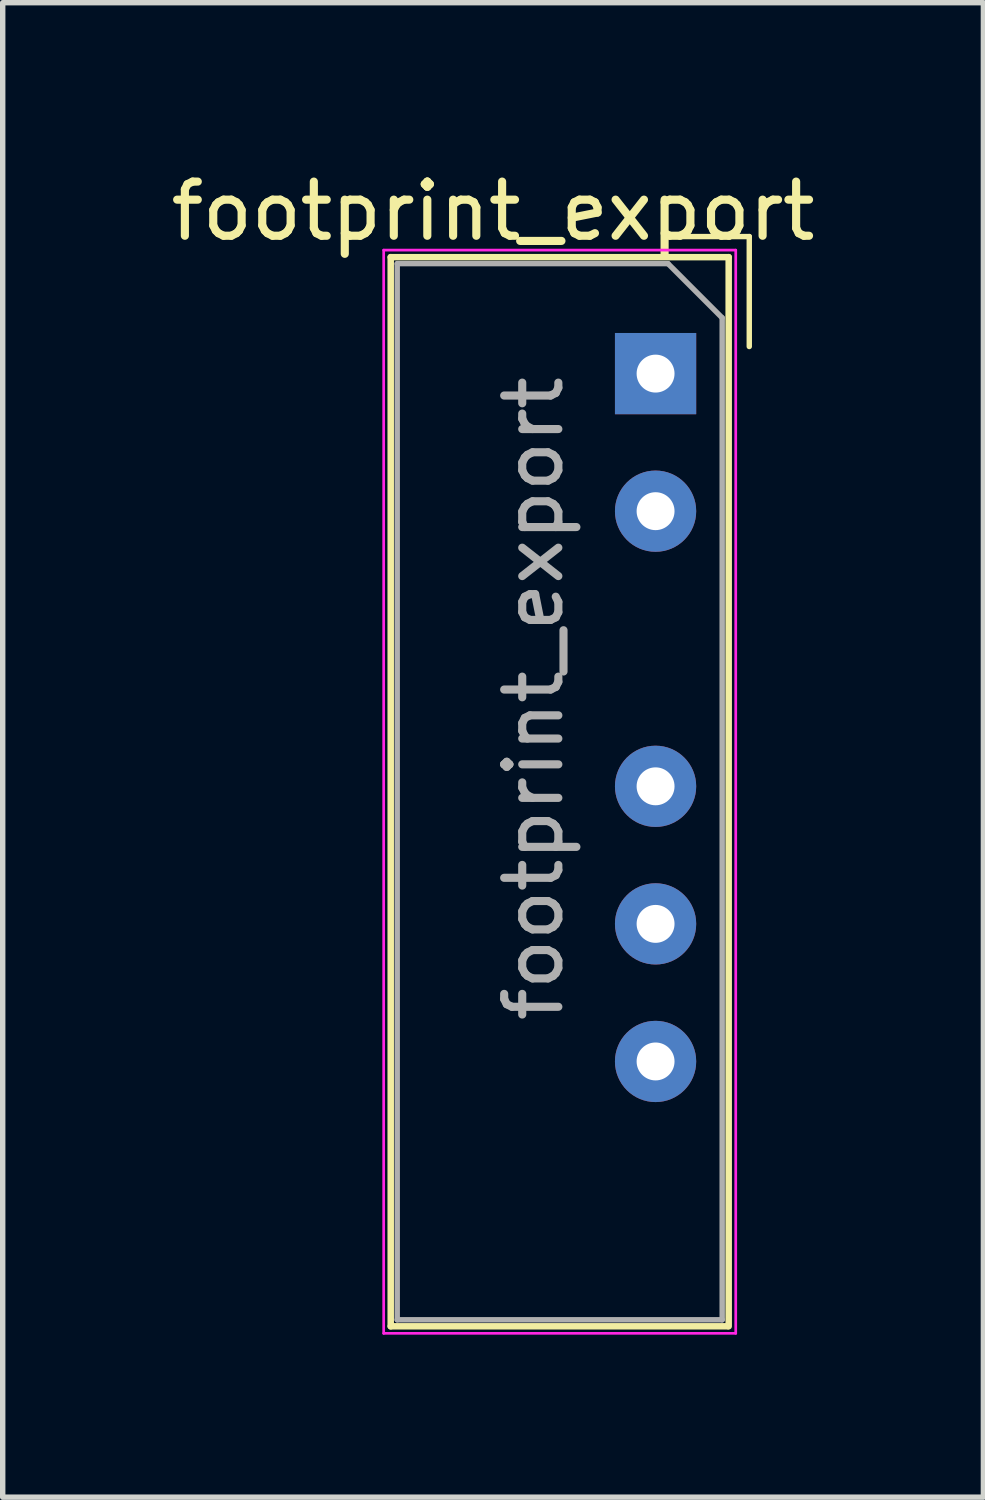
<source format=kicad_pcb>
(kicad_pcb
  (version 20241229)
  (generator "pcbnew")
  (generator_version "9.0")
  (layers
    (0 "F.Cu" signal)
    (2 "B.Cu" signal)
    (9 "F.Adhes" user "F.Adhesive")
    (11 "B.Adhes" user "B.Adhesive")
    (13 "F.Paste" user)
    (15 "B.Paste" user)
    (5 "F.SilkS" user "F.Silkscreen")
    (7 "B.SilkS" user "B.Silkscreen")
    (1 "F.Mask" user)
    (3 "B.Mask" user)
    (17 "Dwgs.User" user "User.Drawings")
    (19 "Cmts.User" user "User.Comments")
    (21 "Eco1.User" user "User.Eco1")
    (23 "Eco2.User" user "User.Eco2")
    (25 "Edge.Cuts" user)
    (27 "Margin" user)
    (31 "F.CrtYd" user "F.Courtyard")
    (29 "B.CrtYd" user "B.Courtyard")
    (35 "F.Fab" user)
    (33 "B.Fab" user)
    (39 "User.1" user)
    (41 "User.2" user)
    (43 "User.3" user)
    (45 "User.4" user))
  (footprint "footprint_export"
    (layer "F.Cu")
    (at 9.054 3.848)
    (property "Reference" "footprint_export" (at -3 -3 0) (layer "F.SilkS") (effects (font (size 1 1) (thickness 0.15))))
    (attr through_hole)
    (fp_line (start -4.89 -2.15) (end -4.89 17.59) (stroke (width 0.12) (type solid)) (layer "F.SilkS"))
    (fp_line (start -4.89 17.59) (end 1.33 17.59) (stroke (width 0.12) (type solid)) (layer "F.SilkS"))
    (fp_line (start 1.35 -2.15) (end -4.89 -2.15) (stroke (width 0.12) (type solid)) (layer "F.SilkS"))
    (fp_line (start 1.35 17.59) (end 1.35 -2.15) (stroke (width 0.12) (type solid)) (layer "F.SilkS"))
    (fp_line (start 1.73 -2.53) (end 0.5 -2.53) (stroke (width 0.1) (type solid)) (layer "F.SilkS"))
    (fp_line (start 1.73 -2.53) (end 1.73 -0.5) (stroke (width 0.1) (type solid)) (layer "F.SilkS"))
    (fp_line (start -5.02 -2.28) (end -5.02 17.72) (stroke (width 0.05) (type solid)) (layer "F.CrtYd"))
    (fp_line (start -5.02 17.72) (end 1.48 17.72) (stroke (width 0.05) (type solid)) (layer "F.CrtYd"))
    (fp_line (start 1.48 -2.28) (end -5.02 -2.28) (stroke (width 0.05) (type solid)) (layer "F.CrtYd"))
    (fp_line (start 1.48 17.72) (end 1.48 -2.28) (stroke (width 0.05) (type solid)) (layer "F.CrtYd"))
    (fp_line (start -4.77 -2.03) (end -4.77 17.47) (stroke (width 0.1) (type solid)) (layer "F.Fab"))
    (fp_line (start -4.77 17.47) (end 1.23 17.47) (stroke (width 0.1) (type solid)) (layer "F.Fab"))
    (fp_line (start 0.23 -2.03) (end -4.77 -2.03) (stroke (width 0.1) (type solid)) (layer "F.Fab"))
    (fp_line (start 0.23 -2.03) (end 1.23 -1.03) (stroke (width 0.1) (type solid)) (layer "F.Fab"))
    (fp_line (start 1.23 17.47) (end 1.23 -1.03) (stroke (width 0.1) (type solid)) (layer "F.Fab"))
    (fp_text user "${REFERENCE}" (at -2.25 6 90) (layer "F.Fab") (effects (font (size 1 1) (thickness 0.15))))
    (pad "1" thru_hole rect (at 0 0) (size 1.5 1.5) (drill 0.7) (layers "*.Cu" "*.Mask"))
    (pad "2" thru_hole oval (at 0 2.54) (size 1.5 1.5) (drill 0.7) (layers "*.Cu" "*.Mask"))
    (pad "4" thru_hole oval (at 0 7.62) (size 1.5 1.5) (drill 0.7) (layers "*.Cu" "*.Mask"))
    (pad "5" thru_hole oval (at 0 10.16) (size 1.5 1.5) (drill 0.7) (layers "*.Cu" "*.Mask"))
    (pad "6" thru_hole oval (at 0 12.7) (size 1.5 1.5) (drill 0.7) (layers "*.Cu" "*.Mask")))
  (gr_rect
    (start -3 -3)
    (end 15.107 24.593)
    (stroke (width 0.1) (type default))
    (fill no)
    (layer "Edge.Cuts")))
</source>
